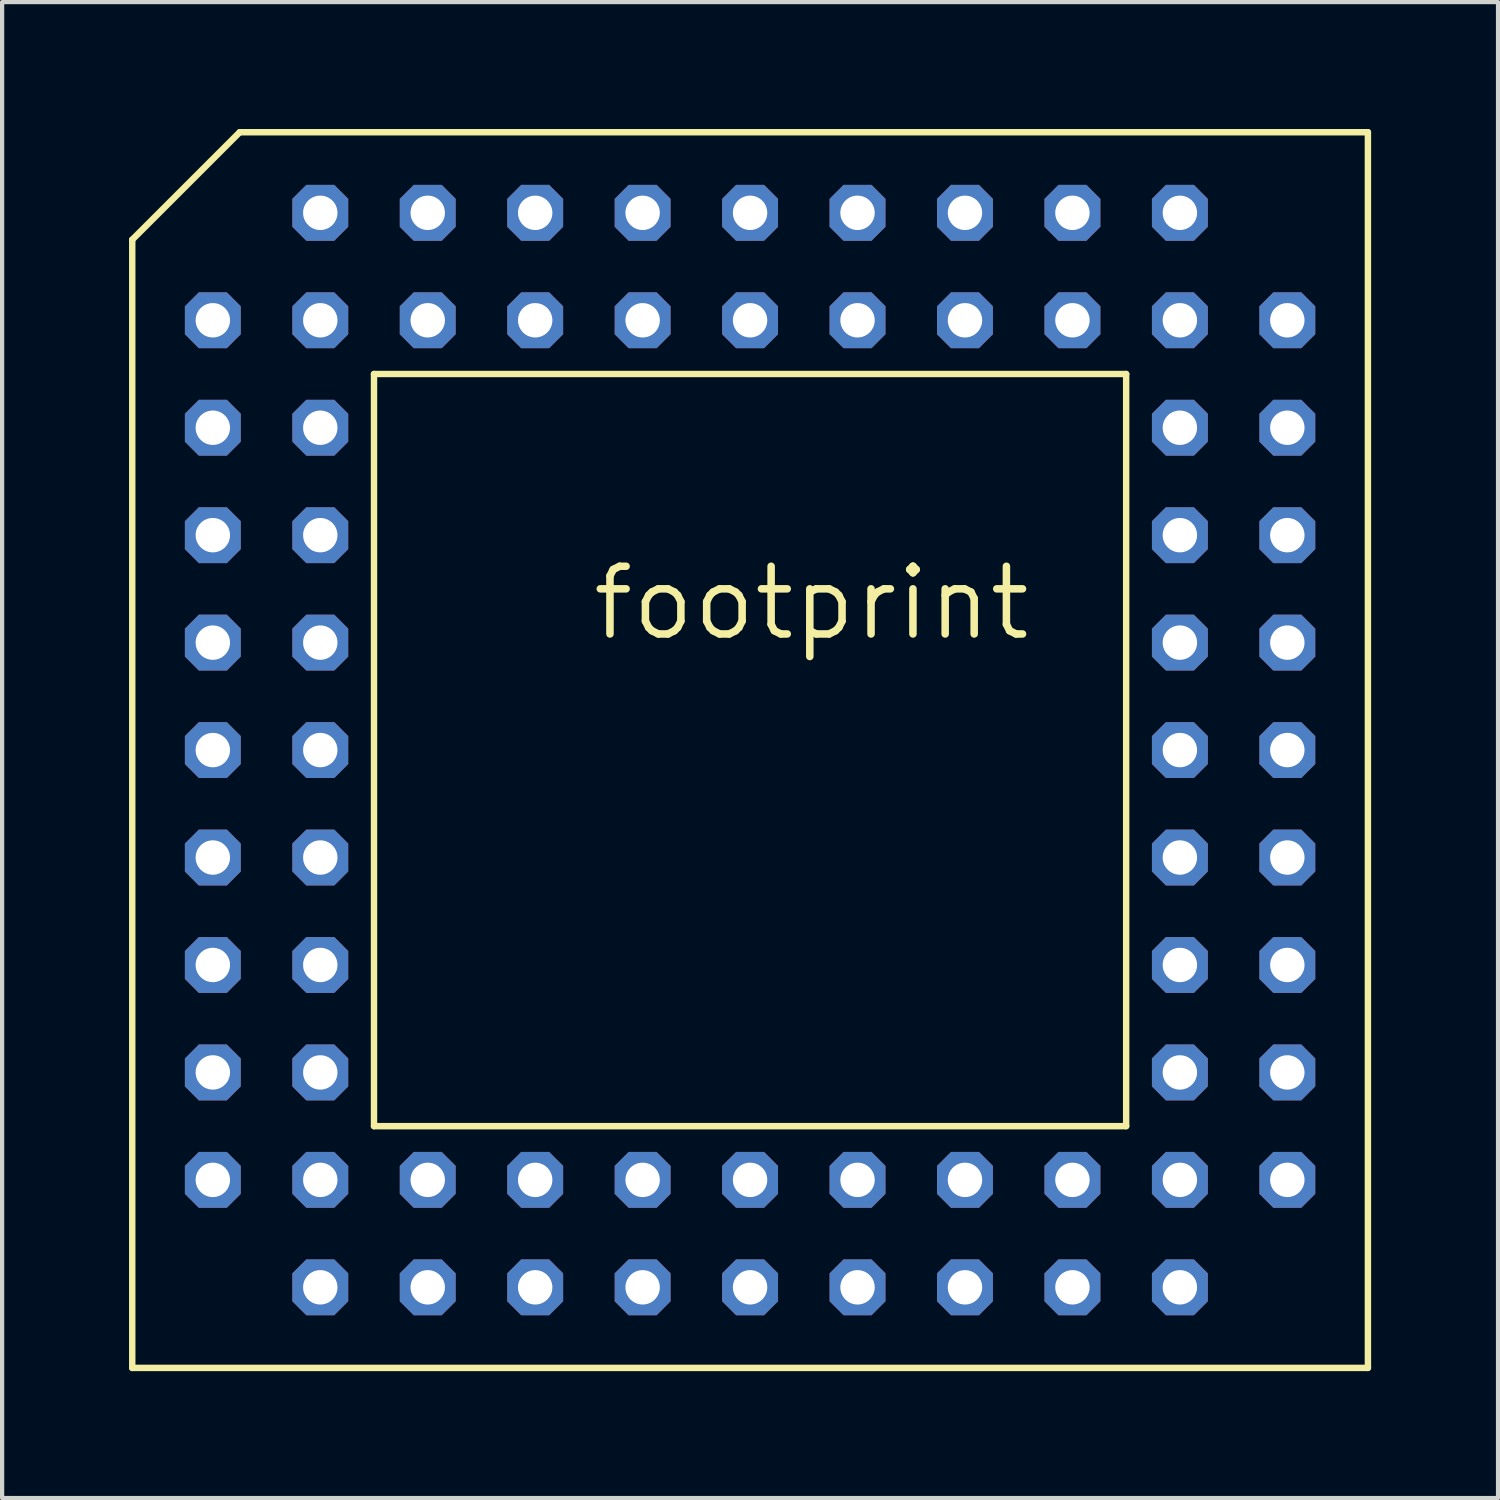
<source format=kicad_pcb>
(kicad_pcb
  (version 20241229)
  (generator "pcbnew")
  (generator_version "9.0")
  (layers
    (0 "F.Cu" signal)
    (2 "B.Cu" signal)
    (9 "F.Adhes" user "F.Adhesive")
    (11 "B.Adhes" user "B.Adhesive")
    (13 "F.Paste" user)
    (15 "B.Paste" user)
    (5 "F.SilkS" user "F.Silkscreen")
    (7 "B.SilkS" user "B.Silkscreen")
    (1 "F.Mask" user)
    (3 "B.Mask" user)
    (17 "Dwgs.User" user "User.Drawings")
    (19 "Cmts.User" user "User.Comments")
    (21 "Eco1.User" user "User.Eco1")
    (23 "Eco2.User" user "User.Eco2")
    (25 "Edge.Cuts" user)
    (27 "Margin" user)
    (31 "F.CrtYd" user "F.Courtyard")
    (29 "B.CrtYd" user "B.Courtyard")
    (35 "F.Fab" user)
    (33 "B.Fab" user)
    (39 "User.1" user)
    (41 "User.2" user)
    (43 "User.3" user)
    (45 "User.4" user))
  (footprint "footprint"
    (layer "F.Cu")
    (at 14.681 14.681)
    (property "Reference" "footprint" (at -3.81 -2.54 0) (layer "F.SilkS") (effects (font (size 1.6 1.6) (thickness 0.178)) (justify left bottom)))
    (fp_line (start -14.605 -12.065) (end -12.065 -14.605) (stroke (width 0.152) (type solid)) (layer "F.SilkS"))
    (fp_line (start -14.605 14.605) (end -14.605 -12.065) (stroke (width 0.152) (type solid)) (layer "F.SilkS"))
    (fp_line (start -12.065 -14.605) (end 14.605 -14.605) (stroke (width 0.152) (type solid)) (layer "F.SilkS"))
    (fp_line (start -8.89 -8.89) (end -8.89 8.89) (stroke (width 0.152) (type solid)) (layer "F.SilkS"))
    (fp_line (start -8.89 -8.89) (end 8.89 -8.89) (stroke (width 0.152) (type solid)) (layer "F.SilkS"))
    (fp_line (start 8.89 8.89) (end -8.89 8.89) (stroke (width 0.152) (type solid)) (layer "F.SilkS"))
    (fp_line (start 8.89 8.89) (end 8.89 -8.89) (stroke (width 0.152) (type solid)) (layer "F.SilkS"))
    (fp_line (start 14.605 -14.605) (end 14.605 14.605) (stroke (width 0.152) (type solid)) (layer "F.SilkS"))
    (fp_line (start 14.605 14.605) (end -14.605 14.605) (stroke (width 0.152) (type solid)) (layer "F.SilkS"))
    (pad "A02" thru_hole roundrect (at -10.16 -12.7 90) (size 1.321 1.321) (drill 0.813) (layers "*.Cu" "*.Mask") (roundrect_rratio 0.25) (chamfer_ratio 0.25) (chamfer top_left top_right bottom_left bottom_right))
    (pad "A03" thru_hole roundrect (at -7.62 -12.7 90) (size 1.321 1.321) (drill 0.813) (layers "*.Cu" "*.Mask") (roundrect_rratio 0.25) (chamfer_ratio 0.25) (chamfer top_left top_right bottom_left bottom_right))
    (pad "A04" thru_hole roundrect (at -5.08 -12.7 90) (size 1.321 1.321) (drill 0.813) (layers "*.Cu" "*.Mask") (roundrect_rratio 0.25) (chamfer_ratio 0.25) (chamfer top_left top_right bottom_left bottom_right))
    (pad "A05" thru_hole roundrect (at -2.54 -12.7 90) (size 1.321 1.321) (drill 0.813) (layers "*.Cu" "*.Mask") (roundrect_rratio 0.25) (chamfer_ratio 0.25) (chamfer top_left top_right bottom_left bottom_right))
    (pad "A06" thru_hole roundrect (at 0 -12.7 90) (size 1.321 1.321) (drill 0.813) (layers "*.Cu" "*.Mask") (roundrect_rratio 0.25) (chamfer_ratio 0.25) (chamfer top_left top_right bottom_left bottom_right))
    (pad "A07" thru_hole roundrect (at 2.54 -12.7 90) (size 1.321 1.321) (drill 0.813) (layers "*.Cu" "*.Mask") (roundrect_rratio 0.25) (chamfer_ratio 0.25) (chamfer top_left top_right bottom_left bottom_right))
    (pad "A08" thru_hole roundrect (at 5.08 -12.7 90) (size 1.321 1.321) (drill 0.813) (layers "*.Cu" "*.Mask") (roundrect_rratio 0.25) (chamfer_ratio 0.25) (chamfer top_left top_right bottom_left bottom_right))
    (pad "A09" thru_hole roundrect (at 7.62 -12.7 90) (size 1.321 1.321) (drill 0.813) (layers "*.Cu" "*.Mask") (roundrect_rratio 0.25) (chamfer_ratio 0.25) (chamfer top_left top_right bottom_left bottom_right))
    (pad "A10" thru_hole roundrect (at 10.16 -12.7 90) (size 1.321 1.321) (drill 0.813) (layers "*.Cu" "*.Mask") (roundrect_rratio 0.25) (chamfer_ratio 0.25) (chamfer top_left top_right bottom_left bottom_right))
    (pad "B01" thru_hole roundrect (at -12.7 -10.16 90) (size 1.321 1.321) (drill 0.813) (layers "*.Cu" "*.Mask") (roundrect_rratio 0.25) (chamfer_ratio 0.25) (chamfer top_left top_right bottom_left bottom_right))
    (pad "B02" thru_hole roundrect (at -10.16 -10.16 90) (size 1.321 1.321) (drill 0.813) (layers "*.Cu" "*.Mask") (roundrect_rratio 0.25) (chamfer_ratio 0.25) (chamfer top_left top_right bottom_left bottom_right))
    (pad "B03" thru_hole roundrect (at -7.62 -10.16 90) (size 1.321 1.321) (drill 0.813) (layers "*.Cu" "*.Mask") (roundrect_rratio 0.25) (chamfer_ratio 0.25) (chamfer top_left top_right bottom_left bottom_right))
    (pad "B04" thru_hole roundrect (at -5.08 -10.16 90) (size 1.321 1.321) (drill 0.813) (layers "*.Cu" "*.Mask") (roundrect_rratio 0.25) (chamfer_ratio 0.25) (chamfer top_left top_right bottom_left bottom_right))
    (pad "B05" thru_hole roundrect (at -2.54 -10.16 90) (size 1.321 1.321) (drill 0.813) (layers "*.Cu" "*.Mask") (roundrect_rratio 0.25) (chamfer_ratio 0.25) (chamfer top_left top_right bottom_left bottom_right))
    (pad "B06" thru_hole roundrect (at 0 -10.16 90) (size 1.321 1.321) (drill 0.813) (layers "*.Cu" "*.Mask") (roundrect_rratio 0.25) (chamfer_ratio 0.25) (chamfer top_left top_right bottom_left bottom_right))
    (pad "B07" thru_hole roundrect (at 2.54 -10.16 90) (size 1.321 1.321) (drill 0.813) (layers "*.Cu" "*.Mask") (roundrect_rratio 0.25) (chamfer_ratio 0.25) (chamfer top_left top_right bottom_left bottom_right))
    (pad "B08" thru_hole roundrect (at 5.08 -10.16 90) (size 1.321 1.321) (drill 0.813) (layers "*.Cu" "*.Mask") (roundrect_rratio 0.25) (chamfer_ratio 0.25) (chamfer top_left top_right bottom_left bottom_right))
    (pad "B09" thru_hole roundrect (at 7.62 -10.16 90) (size 1.321 1.321) (drill 0.813) (layers "*.Cu" "*.Mask") (roundrect_rratio 0.25) (chamfer_ratio 0.25) (chamfer top_left top_right bottom_left bottom_right))
    (pad "B10" thru_hole roundrect (at 10.16 -10.16 90) (size 1.321 1.321) (drill 0.813) (layers "*.Cu" "*.Mask") (roundrect_rratio 0.25) (chamfer_ratio 0.25) (chamfer top_left top_right bottom_left bottom_right))
    (pad "B11" thru_hole roundrect (at 12.7 -10.16 90) (size 1.321 1.321) (drill 0.813) (layers "*.Cu" "*.Mask") (roundrect_rratio 0.25) (chamfer_ratio 0.25) (chamfer top_left top_right bottom_left bottom_right))
    (pad "C01" thru_hole roundrect (at -12.7 -7.62 90) (size 1.321 1.321) (drill 0.813) (layers "*.Cu" "*.Mask") (roundrect_rratio 0.25) (chamfer_ratio 0.25) (chamfer top_left top_right bottom_left bottom_right))
    (pad "C02" thru_hole roundrect (at -10.16 -7.62 90) (size 1.321 1.321) (drill 0.813) (layers "*.Cu" "*.Mask") (roundrect_rratio 0.25) (chamfer_ratio 0.25) (chamfer top_left top_right bottom_left bottom_right))
    (pad "C10" thru_hole roundrect (at 10.16 -7.62 90) (size 1.321 1.321) (drill 0.813) (layers "*.Cu" "*.Mask") (roundrect_rratio 0.25) (chamfer_ratio 0.25) (chamfer top_left top_right bottom_left bottom_right))
    (pad "C11" thru_hole roundrect (at 12.7 -7.62 90) (size 1.321 1.321) (drill 0.813) (layers "*.Cu" "*.Mask") (roundrect_rratio 0.25) (chamfer_ratio 0.25) (chamfer top_left top_right bottom_left bottom_right))
    (pad "D01" thru_hole roundrect (at -12.7 -5.08 90) (size 1.321 1.321) (drill 0.813) (layers "*.Cu" "*.Mask") (roundrect_rratio 0.25) (chamfer_ratio 0.25) (chamfer top_left top_right bottom_left bottom_right))
    (pad "D02" thru_hole roundrect (at -10.16 -5.08 90) (size 1.321 1.321) (drill 0.813) (layers "*.Cu" "*.Mask") (roundrect_rratio 0.25) (chamfer_ratio 0.25) (chamfer top_left top_right bottom_left bottom_right))
    (pad "D10" thru_hole roundrect (at 10.16 -5.08 90) (size 1.321 1.321) (drill 0.813) (layers "*.Cu" "*.Mask") (roundrect_rratio 0.25) (chamfer_ratio 0.25) (chamfer top_left top_right bottom_left bottom_right))
    (pad "D11" thru_hole roundrect (at 12.7 -5.08 90) (size 1.321 1.321) (drill 0.813) (layers "*.Cu" "*.Mask") (roundrect_rratio 0.25) (chamfer_ratio 0.25) (chamfer top_left top_right bottom_left bottom_right))
    (pad "E01" thru_hole roundrect (at -12.7 -2.54 90) (size 1.321 1.321) (drill 0.813) (layers "*.Cu" "*.Mask") (roundrect_rratio 0.25) (chamfer_ratio 0.25) (chamfer top_left top_right bottom_left bottom_right))
    (pad "E02" thru_hole roundrect (at -10.16 -2.54 90) (size 1.321 1.321) (drill 0.813) (layers "*.Cu" "*.Mask") (roundrect_rratio 0.25) (chamfer_ratio 0.25) (chamfer top_left top_right bottom_left bottom_right))
    (pad "E10" thru_hole roundrect (at 10.16 -2.54 90) (size 1.321 1.321) (drill 0.813) (layers "*.Cu" "*.Mask") (roundrect_rratio 0.25) (chamfer_ratio 0.25) (chamfer top_left top_right bottom_left bottom_right))
    (pad "E11" thru_hole roundrect (at 12.7 -2.54 90) (size 1.321 1.321) (drill 0.813) (layers "*.Cu" "*.Mask") (roundrect_rratio 0.25) (chamfer_ratio 0.25) (chamfer top_left top_right bottom_left bottom_right))
    (pad "F01" thru_hole roundrect (at -12.7 0 90) (size 1.321 1.321) (drill 0.813) (layers "*.Cu" "*.Mask") (roundrect_rratio 0.25) (chamfer_ratio 0.25) (chamfer top_left top_right bottom_left bottom_right))
    (pad "F02" thru_hole roundrect (at -10.16 0 90) (size 1.321 1.321) (drill 0.813) (layers "*.Cu" "*.Mask") (roundrect_rratio 0.25) (chamfer_ratio 0.25) (chamfer top_left top_right bottom_left bottom_right))
    (pad "F10" thru_hole roundrect (at 10.16 0 90) (size 1.321 1.321) (drill 0.813) (layers "*.Cu" "*.Mask") (roundrect_rratio 0.25) (chamfer_ratio 0.25) (chamfer top_left top_right bottom_left bottom_right))
    (pad "F11" thru_hole roundrect (at 12.7 0 90) (size 1.321 1.321) (drill 0.813) (layers "*.Cu" "*.Mask") (roundrect_rratio 0.25) (chamfer_ratio 0.25) (chamfer top_left top_right bottom_left bottom_right))
    (pad "G01" thru_hole roundrect (at -12.7 2.54 90) (size 1.321 1.321) (drill 0.813) (layers "*.Cu" "*.Mask") (roundrect_rratio 0.25) (chamfer_ratio 0.25) (chamfer top_left top_right bottom_left bottom_right))
    (pad "G02" thru_hole roundrect (at -10.16 2.54 90) (size 1.321 1.321) (drill 0.813) (layers "*.Cu" "*.Mask") (roundrect_rratio 0.25) (chamfer_ratio 0.25) (chamfer top_left top_right bottom_left bottom_right))
    (pad "G10" thru_hole roundrect (at 10.16 2.54 90) (size 1.321 1.321) (drill 0.813) (layers "*.Cu" "*.Mask") (roundrect_rratio 0.25) (chamfer_ratio 0.25) (chamfer top_left top_right bottom_left bottom_right))
    (pad "G11" thru_hole roundrect (at 12.7 2.54 90) (size 1.321 1.321) (drill 0.813) (layers "*.Cu" "*.Mask") (roundrect_rratio 0.25) (chamfer_ratio 0.25) (chamfer top_left top_right bottom_left bottom_right))
    (pad "H01" thru_hole roundrect (at -12.7 5.08 90) (size 1.321 1.321) (drill 0.813) (layers "*.Cu" "*.Mask") (roundrect_rratio 0.25) (chamfer_ratio 0.25) (chamfer top_left top_right bottom_left bottom_right))
    (pad "H02" thru_hole roundrect (at -10.16 5.08 90) (size 1.321 1.321) (drill 0.813) (layers "*.Cu" "*.Mask") (roundrect_rratio 0.25) (chamfer_ratio 0.25) (chamfer top_left top_right bottom_left bottom_right))
    (pad "H10" thru_hole roundrect (at 10.16 5.08 90) (size 1.321 1.321) (drill 0.813) (layers "*.Cu" "*.Mask") (roundrect_rratio 0.25) (chamfer_ratio 0.25) (chamfer top_left top_right bottom_left bottom_right))
    (pad "H11" thru_hole roundrect (at 12.7 5.08 90) (size 1.321 1.321) (drill 0.813) (layers "*.Cu" "*.Mask") (roundrect_rratio 0.25) (chamfer_ratio 0.25) (chamfer top_left top_right bottom_left bottom_right))
    (pad "J01" thru_hole roundrect (at -12.7 7.62 90) (size 1.321 1.321) (drill 0.813) (layers "*.Cu" "*.Mask") (roundrect_rratio 0.25) (chamfer_ratio 0.25) (chamfer top_left top_right bottom_left bottom_right))
    (pad "J02" thru_hole roundrect (at -10.16 7.62 90) (size 1.321 1.321) (drill 0.813) (layers "*.Cu" "*.Mask") (roundrect_rratio 0.25) (chamfer_ratio 0.25) (chamfer top_left top_right bottom_left bottom_right))
    (pad "J10" thru_hole roundrect (at 10.16 7.62 90) (size 1.321 1.321) (drill 0.813) (layers "*.Cu" "*.Mask") (roundrect_rratio 0.25) (chamfer_ratio 0.25) (chamfer top_left top_right bottom_left bottom_right))
    (pad "J11" thru_hole roundrect (at 12.7 7.62 90) (size 1.321 1.321) (drill 0.813) (layers "*.Cu" "*.Mask") (roundrect_rratio 0.25) (chamfer_ratio 0.25) (chamfer top_left top_right bottom_left bottom_right))
    (pad "K01" thru_hole roundrect (at -12.7 10.16 90) (size 1.321 1.321) (drill 0.813) (layers "*.Cu" "*.Mask") (roundrect_rratio 0.25) (chamfer_ratio 0.25) (chamfer top_left top_right bottom_left bottom_right))
    (pad "K02" thru_hole roundrect (at -10.16 10.16 90) (size 1.321 1.321) (drill 0.813) (layers "*.Cu" "*.Mask") (roundrect_rratio 0.25) (chamfer_ratio 0.25) (chamfer top_left top_right bottom_left bottom_right))
    (pad "K03" thru_hole roundrect (at -7.62 10.16 90) (size 1.321 1.321) (drill 0.813) (layers "*.Cu" "*.Mask") (roundrect_rratio 0.25) (chamfer_ratio 0.25) (chamfer top_left top_right bottom_left bottom_right))
    (pad "K04" thru_hole roundrect (at -5.08 10.16 90) (size 1.321 1.321) (drill 0.813) (layers "*.Cu" "*.Mask") (roundrect_rratio 0.25) (chamfer_ratio 0.25) (chamfer top_left top_right bottom_left bottom_right))
    (pad "K05" thru_hole roundrect (at -2.54 10.16 90) (size 1.321 1.321) (drill 0.813) (layers "*.Cu" "*.Mask") (roundrect_rratio 0.25) (chamfer_ratio 0.25) (chamfer top_left top_right bottom_left bottom_right))
    (pad "K06" thru_hole roundrect (at 0 10.16 90) (size 1.321 1.321) (drill 0.813) (layers "*.Cu" "*.Mask") (roundrect_rratio 0.25) (chamfer_ratio 0.25) (chamfer top_left top_right bottom_left bottom_right))
    (pad "K07" thru_hole roundrect (at 2.54 10.16 90) (size 1.321 1.321) (drill 0.813) (layers "*.Cu" "*.Mask") (roundrect_rratio 0.25) (chamfer_ratio 0.25) (chamfer top_left top_right bottom_left bottom_right))
    (pad "K08" thru_hole roundrect (at 5.08 10.16 90) (size 1.321 1.321) (drill 0.813) (layers "*.Cu" "*.Mask") (roundrect_rratio 0.25) (chamfer_ratio 0.25) (chamfer top_left top_right bottom_left bottom_right))
    (pad "K09" thru_hole roundrect (at 7.62 10.16 90) (size 1.321 1.321) (drill 0.813) (layers "*.Cu" "*.Mask") (roundrect_rratio 0.25) (chamfer_ratio 0.25) (chamfer top_left top_right bottom_left bottom_right))
    (pad "K10" thru_hole roundrect (at 10.16 10.16 90) (size 1.321 1.321) (drill 0.813) (layers "*.Cu" "*.Mask") (roundrect_rratio 0.25) (chamfer_ratio 0.25) (chamfer top_left top_right bottom_left bottom_right))
    (pad "K11" thru_hole roundrect (at 12.7 10.16 90) (size 1.321 1.321) (drill 0.813) (layers "*.Cu" "*.Mask") (roundrect_rratio 0.25) (chamfer_ratio 0.25) (chamfer top_left top_right bottom_left bottom_right))
    (pad "L02" thru_hole roundrect (at -10.16 12.7 90) (size 1.321 1.321) (drill 0.813) (layers "*.Cu" "*.Mask") (roundrect_rratio 0.25) (chamfer_ratio 0.25) (chamfer top_left top_right bottom_left bottom_right))
    (pad "L03" thru_hole roundrect (at -7.62 12.7 90) (size 1.321 1.321) (drill 0.813) (layers "*.Cu" "*.Mask") (roundrect_rratio 0.25) (chamfer_ratio 0.25) (chamfer top_left top_right bottom_left bottom_right))
    (pad "L04" thru_hole roundrect (at -5.08 12.7 90) (size 1.321 1.321) (drill 0.813) (layers "*.Cu" "*.Mask") (roundrect_rratio 0.25) (chamfer_ratio 0.25) (chamfer top_left top_right bottom_left bottom_right))
    (pad "L05" thru_hole roundrect (at -2.54 12.7 90) (size 1.321 1.321) (drill 0.813) (layers "*.Cu" "*.Mask") (roundrect_rratio 0.25) (chamfer_ratio 0.25) (chamfer top_left top_right bottom_left bottom_right))
    (pad "L06" thru_hole roundrect (at 0 12.7 90) (size 1.321 1.321) (drill 0.813) (layers "*.Cu" "*.Mask") (roundrect_rratio 0.25) (chamfer_ratio 0.25) (chamfer top_left top_right bottom_left bottom_right))
    (pad "L07" thru_hole roundrect (at 2.54 12.7 90) (size 1.321 1.321) (drill 0.813) (layers "*.Cu" "*.Mask") (roundrect_rratio 0.25) (chamfer_ratio 0.25) (chamfer top_left top_right bottom_left bottom_right))
    (pad "L08" thru_hole roundrect (at 5.08 12.7 90) (size 1.321 1.321) (drill 0.813) (layers "*.Cu" "*.Mask") (roundrect_rratio 0.25) (chamfer_ratio 0.25) (chamfer top_left top_right bottom_left bottom_right))
    (pad "L09" thru_hole roundrect (at 7.62 12.7 90) (size 1.321 1.321) (drill 0.813) (layers "*.Cu" "*.Mask") (roundrect_rratio 0.25) (chamfer_ratio 0.25) (chamfer top_left top_right bottom_left bottom_right))
    (pad "L10" thru_hole roundrect (at 10.16 12.7 90) (size 1.321 1.321) (drill 0.813) (layers "*.Cu" "*.Mask") (roundrect_rratio 0.25) (chamfer_ratio 0.25) (chamfer top_left top_right bottom_left bottom_right)))
  (gr_rect
    (start -3 -3)
    (end 32.362 32.362)
    (stroke (width 0.1) (type default))
    (fill no)
    (layer "Edge.Cuts")))
</source>
